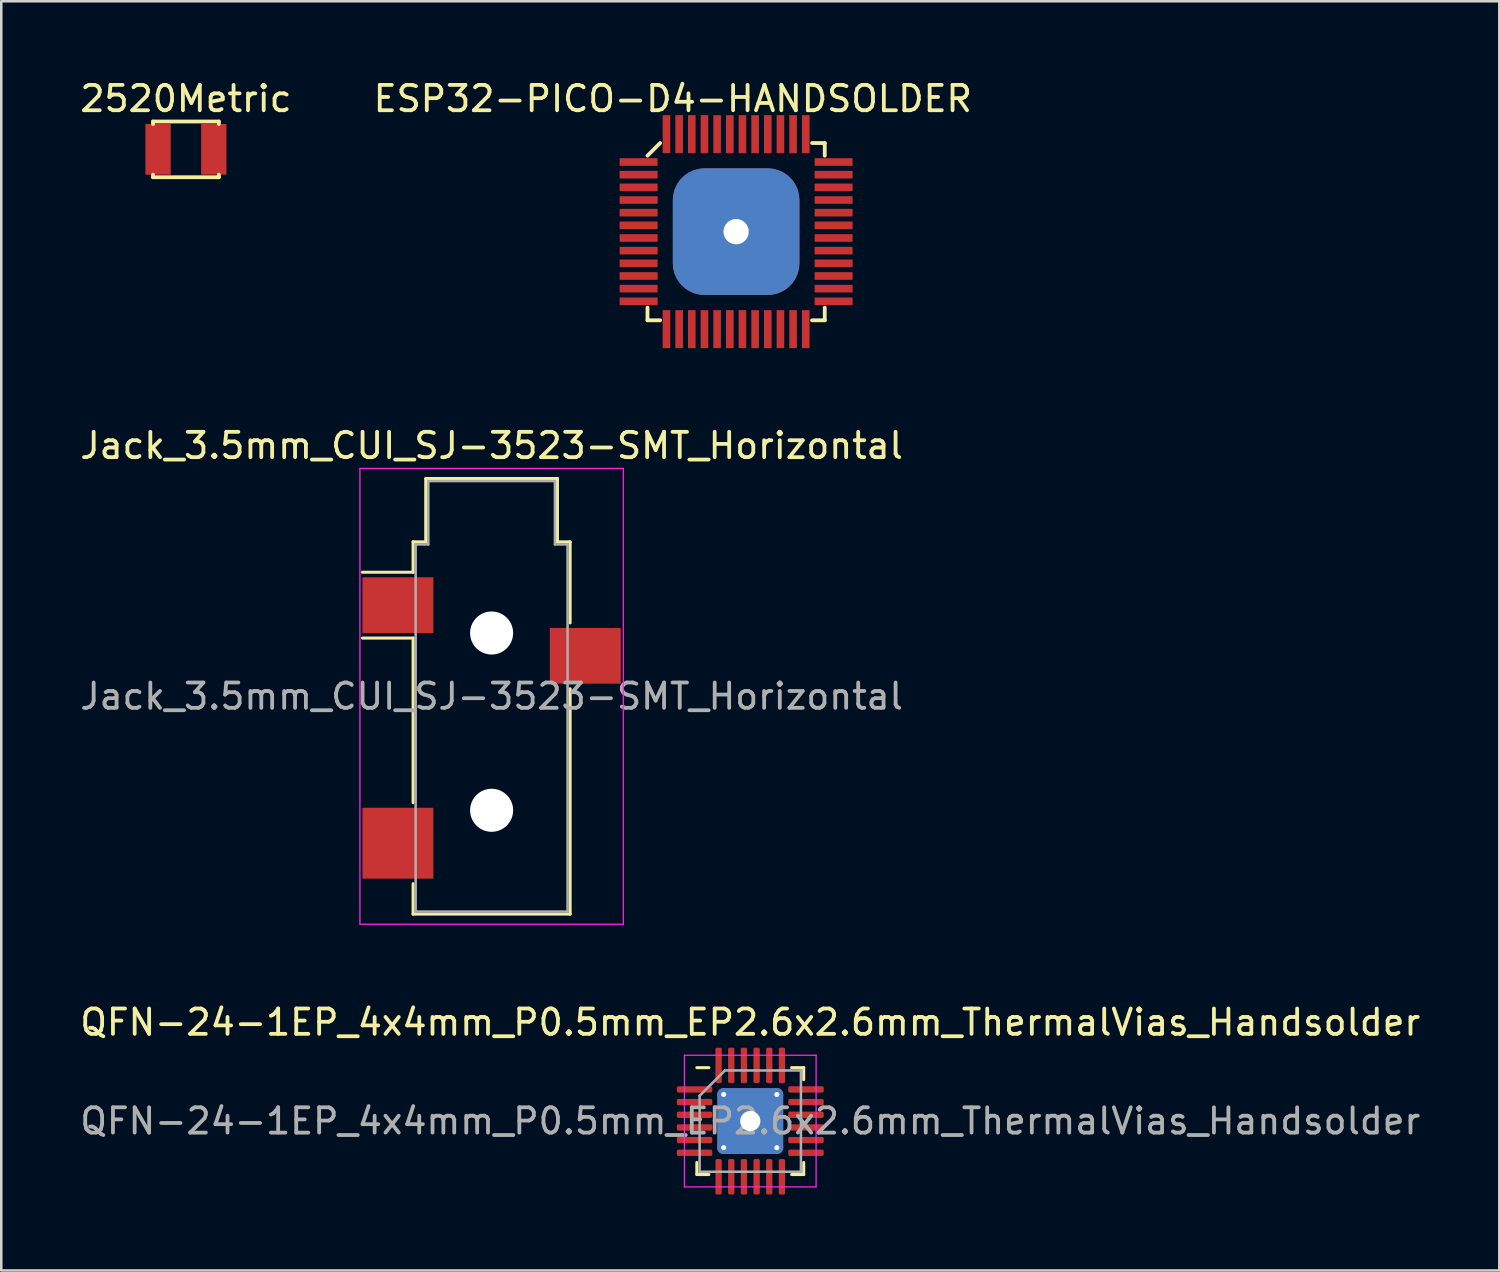
<source format=kicad_pcb>
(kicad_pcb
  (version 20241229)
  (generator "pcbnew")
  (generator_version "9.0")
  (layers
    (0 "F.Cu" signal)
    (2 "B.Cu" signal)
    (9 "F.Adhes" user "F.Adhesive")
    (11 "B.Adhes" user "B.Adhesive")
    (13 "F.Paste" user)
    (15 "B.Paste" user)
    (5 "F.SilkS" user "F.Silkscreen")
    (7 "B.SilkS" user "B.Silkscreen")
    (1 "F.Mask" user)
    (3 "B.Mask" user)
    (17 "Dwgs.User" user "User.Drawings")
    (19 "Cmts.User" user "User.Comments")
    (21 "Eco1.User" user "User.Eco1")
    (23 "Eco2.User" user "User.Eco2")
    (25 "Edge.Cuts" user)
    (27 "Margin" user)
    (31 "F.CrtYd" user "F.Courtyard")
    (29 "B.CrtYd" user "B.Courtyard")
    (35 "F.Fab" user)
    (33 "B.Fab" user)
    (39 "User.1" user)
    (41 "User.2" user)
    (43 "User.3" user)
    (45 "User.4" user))
  (footprint "Jack_3.5mm_CUI_SJ-3523-SMT_Horizontal"
    (layer "F.Cu")
    (at 16.363 24.447)
    (property "Reference" "Jack_3.5mm_CUI_SJ-3523-SMT_Horizontal" (at 0 -9.9 0) (layer "F.SilkS") (effects (font (size 1 1) (thickness 0.15))))
    (attr smd)
    (fp_line (start -3.1 -6.1) (end -2.6 -6.1) (stroke (width 0.12) (type solid)) (layer "F.SilkS"))
    (fp_line (start -3.1 -4.9) (end -5.1 -4.9) (stroke (width 0.12) (type solid)) (layer "F.SilkS"))
    (fp_line (start -3.1 -4.9) (end -3.1 -6.1) (stroke (width 0.12) (type solid)) (layer "F.SilkS"))
    (fp_line (start -3.1 -2.3) (end -5.1 -2.3) (stroke (width 0.12) (type solid)) (layer "F.SilkS"))
    (fp_line (start -3.1 4.2) (end -3.1 -2.3) (stroke (width 0.12) (type solid)) (layer "F.SilkS"))
    (fp_line (start -3.1 8.6) (end -3.1 7.4) (stroke (width 0.12) (type solid)) (layer "F.SilkS"))
    (fp_line (start -2.6 -8.6) (end 2.6 -8.6) (stroke (width 0.12) (type solid)) (layer "F.SilkS"))
    (fp_line (start -2.6 -6.1) (end -2.6 -8.6) (stroke (width 0.12) (type solid)) (layer "F.SilkS"))
    (fp_line (start 2.6 -8.6) (end 2.6 -6.1) (stroke (width 0.12) (type solid)) (layer "F.SilkS"))
    (fp_line (start 2.6 -6.1) (end 3.1 -6.1) (stroke (width 0.12) (type solid)) (layer "F.SilkS"))
    (fp_line (start 3.1 -6.1) (end 3.1 -2.9) (stroke (width 0.12) (type solid)) (layer "F.SilkS"))
    (fp_line (start 3.1 -0.3) (end 3.1 8.6) (stroke (width 0.12) (type solid)) (layer "F.SilkS"))
    (fp_line (start 3.1 8.6) (end -3.1 8.6) (stroke (width 0.12) (type solid)) (layer "F.SilkS"))
    (fp_line (start -5.2 -9) (end 5.2 -9) (stroke (width 0.05) (type solid)) (layer "F.CrtYd"))
    (fp_line (start -5.2 9) (end -5.2 -9) (stroke (width 0.05) (type solid)) (layer "F.CrtYd"))
    (fp_line (start 5.2 -9) (end 5.2 9) (stroke (width 0.05) (type solid)) (layer "F.CrtYd"))
    (fp_line (start 5.2 9) (end -5.2 9) (stroke (width 0.05) (type solid)) (layer "F.CrtYd"))
    (fp_line (start -3 -6) (end -2.5 -6) (stroke (width 0.1) (type solid)) (layer "F.Fab"))
    (fp_line (start -3 8.5) (end -3 -6) (stroke (width 0.1) (type solid)) (layer "F.Fab"))
    (fp_line (start -2.5 -8.5) (end 2.5 -8.5) (stroke (width 0.1) (type solid)) (layer "F.Fab"))
    (fp_line (start -2.5 -6) (end -2.5 -8.5) (stroke (width 0.1) (type solid)) (layer "F.Fab"))
    (fp_line (start 2.5 -8.5) (end 2.5 -6) (stroke (width 0.1) (type solid)) (layer "F.Fab"))
    (fp_line (start 2.5 -6) (end 3 -6) (stroke (width 0.1) (type solid)) (layer "F.Fab"))
    (fp_line (start 3 -6) (end 3 8.5) (stroke (width 0.1) (type solid)) (layer "F.Fab"))
    (fp_line (start 3 8.5) (end -3 8.5) (stroke (width 0.1) (type solid)) (layer "F.Fab"))
    (fp_text user "${REFERENCE}" (at 0 0 0) (layer "F.Fab") (effects (font (size 1 1) (thickness 0.15))))
    (pad "" np_thru_hole circle (at 0 -2.5) (size 1.7 1.7) (drill 1.7) (layers "*.Cu" "*.Mask"))
    (pad "" np_thru_hole circle (at 0 4.5) (size 1.7 1.7) (drill 1.7) (layers "*.Cu" "*.Mask"))
    (pad "R" smd rect (at 3.7 -1.6) (size 2.8 2.2) (layers "F.Cu" "F.Mask" "F.Paste"))
    (pad "S" smd rect (at -3.7 -3.6) (size 2.8 2.2) (layers "F.Cu" "F.Mask" "F.Paste"))
    (pad "T" smd rect (at -3.7 5.8) (size 2.8 2.8) (layers "F.Cu" "F.Mask" "F.Paste")))
  (footprint "ESP32-PICO-D4-HANDSOLDER"
    (layer "F.Cu")
    (at 26.018 6.098)
    (property "Reference" "ESP32-PICO-D4-HANDSOLDER" (at -2.5 -5.25 0) (layer "F.SilkS") (effects (font (size 1 1) (thickness 0.15))))
    (attr through_hole)
    (fp_line (start -3.5 -3) (end -3 -3.5) (stroke (width 0.15) (type solid)) (layer "F.SilkS"))
    (fp_line (start -3.5 3) (end -3.5 3.5) (stroke (width 0.15) (type solid)) (layer "F.SilkS"))
    (fp_line (start -3.5 3.5) (end -3 3.5) (stroke (width 0.15) (type solid)) (layer "F.SilkS"))
    (fp_line (start 3 -3.5) (end 3.5 -3.5) (stroke (width 0.15) (type solid)) (layer "F.SilkS"))
    (fp_line (start 3 3.5) (end 3.5 3.5) (stroke (width 0.15) (type solid)) (layer "F.SilkS"))
    (fp_line (start 3.5 -3.5) (end 3.5 -3) (stroke (width 0.15) (type solid)) (layer "F.SilkS"))
    (fp_line (start 3.5 3.5) (end 3.5 3) (stroke (width 0.15) (type solid)) (layer "F.SilkS"))
    (pad "1" smd rect (at -3.85 -2.75) (size 1.5 0.3) (layers "F.Cu" "F.Mask" "F.Paste"))
    (pad "2" smd rect (at -3.85 -2.25) (size 1.5 0.3) (layers "F.Cu" "F.Mask" "F.Paste"))
    (pad "3" smd rect (at -3.85 -1.75) (size 1.5 0.3) (layers "F.Cu" "F.Mask" "F.Paste"))
    (pad "4" smd rect (at -3.85 -1.25) (size 1.5 0.3) (layers "F.Cu" "F.Mask" "F.Paste"))
    (pad "5" smd rect (at -3.85 -0.75) (size 1.5 0.3) (layers "F.Cu" "F.Mask" "F.Paste"))
    (pad "6" smd rect (at -3.85 -0.25) (size 1.5 0.3) (layers "F.Cu" "F.Mask" "F.Paste"))
    (pad "7" smd rect (at -3.85 0.25) (size 1.5 0.3) (layers "F.Cu" "F.Mask" "F.Paste"))
    (pad "8" smd rect (at -3.85 0.75) (size 1.5 0.3) (layers "F.Cu" "F.Mask" "F.Paste"))
    (pad "9" smd rect (at -3.85 1.25) (size 1.5 0.3) (layers "F.Cu" "F.Mask" "F.Paste"))
    (pad "10" smd rect (at -3.85 1.75) (size 1.5 0.3) (layers "F.Cu" "F.Mask" "F.Paste"))
    (pad "11" smd rect (at -3.85 2.25) (size 1.5 0.3) (layers "F.Cu" "F.Mask" "F.Paste"))
    (pad "12" smd rect (at -3.85 2.75 180) (size 1.5 0.3) (layers "F.Cu" "F.Mask" "F.Paste"))
    (pad "13" smd rect (at -2.75 3.85 90) (size 1.5 0.3) (layers "F.Cu" "F.Mask" "F.Paste"))
    (pad "14" smd rect (at -2.25 3.85 90) (size 1.5 0.3) (layers "F.Cu" "F.Mask" "F.Paste"))
    (pad "15" smd rect (at -1.75 3.85 90) (size 1.5 0.3) (layers "F.Cu" "F.Mask" "F.Paste"))
    (pad "16" smd rect (at -1.25 3.85 90) (size 1.5 0.3) (layers "F.Cu" "F.Mask" "F.Paste"))
    (pad "17" smd rect (at -0.75 3.85 90) (size 1.5 0.3) (layers "F.Cu" "F.Mask" "F.Paste"))
    (pad "18" smd rect (at -0.25 3.85 90) (size 1.5 0.3) (layers "F.Cu" "F.Mask" "F.Paste"))
    (pad "19" smd rect (at 0.25 3.85 90) (size 1.5 0.3) (layers "F.Cu" "F.Mask" "F.Paste"))
    (pad "20" smd rect (at 0.75 3.85 90) (size 1.5 0.3) (layers "F.Cu" "F.Mask" "F.Paste"))
    (pad "21" smd rect (at 1.25 3.85 90) (size 1.5 0.3) (layers "F.Cu" "F.Mask" "F.Paste"))
    (pad "22" smd rect (at 1.75 3.85 90) (size 1.5 0.3) (layers "F.Cu" "F.Mask" "F.Paste"))
    (pad "23" smd rect (at 2.25 3.85 90) (size 1.5 0.3) (layers "F.Cu" "F.Mask" "F.Paste"))
    (pad "24" smd rect (at 2.75 3.85 90) (size 1.5 0.3) (layers "F.Cu" "F.Mask" "F.Paste"))
    (pad "25" smd rect (at 3.85 2.75) (size 1.5 0.3) (layers "F.Cu" "F.Mask" "F.Paste"))
    (pad "26" smd rect (at 3.85 2.25) (size 1.5 0.3) (layers "F.Cu" "F.Mask" "F.Paste"))
    (pad "27" smd rect (at 3.85 1.75) (size 1.5 0.3) (layers "F.Cu" "F.Mask" "F.Paste"))
    (pad "28" smd rect (at 3.85 1.25) (size 1.5 0.3) (layers "F.Cu" "F.Mask" "F.Paste"))
    (pad "29" smd rect (at 3.85 0.75) (size 1.5 0.3) (layers "F.Cu" "F.Mask" "F.Paste"))
    (pad "30" smd rect (at 3.85 0.25) (size 1.5 0.3) (layers "F.Cu" "F.Mask" "F.Paste"))
    (pad "31" smd rect (at 3.85 -0.25) (size 1.5 0.3) (layers "F.Cu" "F.Mask" "F.Paste"))
    (pad "32" smd rect (at 3.85 -0.75) (size 1.5 0.3) (layers "F.Cu" "F.Mask" "F.Paste"))
    (pad "33" smd rect (at 3.85 -1.25) (size 1.5 0.3) (layers "F.Cu" "F.Mask" "F.Paste"))
    (pad "34" smd rect (at 3.85 -1.75) (size 1.5 0.3) (layers "F.Cu" "F.Mask" "F.Paste"))
    (pad "35" smd rect (at 3.85 -2.25) (size 1.5 0.3) (layers "F.Cu" "F.Mask" "F.Paste"))
    (pad "36" smd rect (at 3.85 -2.75) (size 1.5 0.3) (layers "F.Cu" "F.Mask" "F.Paste"))
    (pad "37" smd rect (at 2.75 -3.85 90) (size 1.5 0.3) (layers "F.Cu" "F.Mask" "F.Paste"))
    (pad "38" smd rect (at 2.25 -3.85 90) (size 1.5 0.3) (layers "F.Cu" "F.Mask" "F.Paste"))
    (pad "39" smd rect (at 1.75 -3.85 90) (size 1.5 0.3) (layers "F.Cu" "F.Mask" "F.Paste"))
    (pad "40" smd rect (at 1.25 -3.85 90) (size 1.5 0.3) (layers "F.Cu" "F.Mask" "F.Paste"))
    (pad "41" smd rect (at 0.75 -3.85 90) (size 1.5 0.3) (layers "F.Cu" "F.Mask" "F.Paste"))
    (pad "42" smd rect (at 0.25 -3.85 90) (size 1.5 0.3) (layers "F.Cu" "F.Mask" "F.Paste"))
    (pad "43" smd rect (at -0.25 -3.85 90) (size 1.5 0.3) (layers "F.Cu" "F.Mask" "F.Paste"))
    (pad "44" smd rect (at -0.75 -3.85 90) (size 1.5 0.3) (layers "F.Cu" "F.Mask" "F.Paste"))
    (pad "45" smd rect (at -1.25 -3.85 90) (size 1.5 0.3) (layers "F.Cu" "F.Mask" "F.Paste"))
    (pad "46" smd rect (at -1.75 -3.85 90) (size 1.5 0.3) (layers "F.Cu" "F.Mask" "F.Paste"))
    (pad "47" smd rect (at -2.25 -3.85 90) (size 1.5 0.3) (layers "F.Cu" "F.Mask" "F.Paste"))
    (pad "48" smd rect (at -2.75 -3.85 90) (size 1.5 0.3) (layers "F.Cu" "F.Mask" "F.Paste"))
    (pad "49" thru_hole roundrect (at 0 0) (size 5 5) (drill 1) (layers "*.Cu" "*.Mask") (roundrect_rratio 0.25)))
  (footprint "QFN-24-1EP_4x4mm_P0.5mm_EP2.6x2.6mm_ThermalVias_Handsolder"
    (layer "F.Cu")
    (at 26.577 41.22)
    (property "Reference" "QFN-24-1EP_4x4mm_P0.5mm_EP2.6x2.6mm_ThermalVias_Handsolder" (at 0 -3.9 0) (layer "F.SilkS") (effects (font (size 1 1) (thickness 0.15))))
    (attr smd)
    (fp_line (start -2.11 2.11) (end -2.11 1.635) (stroke (width 0.12) (type solid)) (layer "F.SilkS"))
    (fp_line (start -1.635 -2.11) (end -2.11 -2.11) (stroke (width 0.12) (type solid)) (layer "F.SilkS"))
    (fp_line (start -1.635 2.11) (end -2.11 2.11) (stroke (width 0.12) (type solid)) (layer "F.SilkS"))
    (fp_line (start 1.635 -2.11) (end 2.11 -2.11) (stroke (width 0.12) (type solid)) (layer "F.SilkS"))
    (fp_line (start 1.635 2.11) (end 2.11 2.11) (stroke (width 0.12) (type solid)) (layer "F.SilkS"))
    (fp_line (start 2.11 -2.11) (end 2.11 -1.635) (stroke (width 0.12) (type solid)) (layer "F.SilkS"))
    (fp_line (start 2.11 2.11) (end 2.11 1.635) (stroke (width 0.12) (type solid)) (layer "F.SilkS"))
    (fp_line (start -2.6 -2.6) (end -2.6 2.6) (stroke (width 0.05) (type solid)) (layer "F.CrtYd"))
    (fp_line (start -2.6 2.6) (end 2.6 2.6) (stroke (width 0.05) (type solid)) (layer "F.CrtYd"))
    (fp_line (start 2.6 -2.6) (end -2.6 -2.6) (stroke (width 0.05) (type solid)) (layer "F.CrtYd"))
    (fp_line (start 2.6 2.6) (end 2.6 -2.6) (stroke (width 0.05) (type solid)) (layer "F.CrtYd"))
    (fp_line (start -2 -1) (end -1 -2) (stroke (width 0.1) (type solid)) (layer "F.Fab"))
    (fp_line (start -2 2) (end -2 -1) (stroke (width 0.1) (type solid)) (layer "F.Fab"))
    (fp_line (start -1 -2) (end 2 -2) (stroke (width 0.1) (type solid)) (layer "F.Fab"))
    (fp_line (start 2 -2) (end 2 2) (stroke (width 0.1) (type solid)) (layer "F.Fab"))
    (fp_line (start 2 2) (end -2 2) (stroke (width 0.1) (type solid)) (layer "F.Fab"))
    (fp_text user "${REFERENCE}" (at 0 0 0) (layer "F.Fab") (effects (font (size 1 1) (thickness 0.15))))
    (pad "" smd roundrect (at -0.65 -0.65) (size 1.13 1.13) (layers "F.Paste") (roundrect_rratio 0.221))
    (pad "" smd roundrect (at -0.65 0.65) (size 1.13 1.13) (layers "F.Paste") (roundrect_rratio 0.221))
    (pad "" smd roundrect (at 0.65 -0.65) (size 1.13 1.13) (layers "F.Paste") (roundrect_rratio 0.221))
    (pad "" smd roundrect (at 0.65 0.65) (size 1.13 1.13) (layers "F.Paste") (roundrect_rratio 0.221))
    (pad "1" smd roundrect (at -2.2 -1.25) (size 1.4 0.25) (layers "F.Cu" "F.Mask" "F.Paste") (roundrect_rratio 0.25))
    (pad "2" smd roundrect (at -2.2 -0.75) (size 1.4 0.25) (layers "F.Cu" "F.Mask" "F.Paste") (roundrect_rratio 0.25))
    (pad "3" smd roundrect (at -2.2 -0.25) (size 1.4 0.25) (layers "F.Cu" "F.Mask" "F.Paste") (roundrect_rratio 0.25))
    (pad "4" smd roundrect (at -2.2 0.25) (size 1.4 0.25) (layers "F.Cu" "F.Mask" "F.Paste") (roundrect_rratio 0.25))
    (pad "5" smd roundrect (at -2.2 0.75) (size 1.4 0.25) (layers "F.Cu" "F.Mask" "F.Paste") (roundrect_rratio 0.25))
    (pad "6" smd roundrect (at -2.2 1.25) (size 1.4 0.25) (layers "F.Cu" "F.Mask" "F.Paste") (roundrect_rratio 0.25))
    (pad "7" smd roundrect (at -1.25 2.2) (size 0.25 1.4) (layers "F.Cu" "F.Mask" "F.Paste") (roundrect_rratio 0.25))
    (pad "8" smd roundrect (at -0.75 2.2) (size 0.25 1.4) (layers "F.Cu" "F.Mask" "F.Paste") (roundrect_rratio 0.25))
    (pad "9" smd roundrect (at -0.25 2.2) (size 0.25 1.4) (layers "F.Cu" "F.Mask" "F.Paste") (roundrect_rratio 0.25))
    (pad "10" smd roundrect (at 0.25 2.2) (size 0.25 1.4) (layers "F.Cu" "F.Mask" "F.Paste") (roundrect_rratio 0.25))
    (pad "11" smd roundrect (at 0.75 2.2) (size 0.25 1.4) (layers "F.Cu" "F.Mask" "F.Paste") (roundrect_rratio 0.25))
    (pad "12" smd roundrect (at 1.25 2.2) (size 0.25 1.4) (layers "F.Cu" "F.Mask" "F.Paste") (roundrect_rratio 0.25))
    (pad "13" smd roundrect (at 2.2 1.25) (size 1.4 0.25) (layers "F.Cu" "F.Mask" "F.Paste") (roundrect_rratio 0.25))
    (pad "14" smd roundrect (at 2.2 0.75) (size 1.4 0.25) (layers "F.Cu" "F.Mask" "F.Paste") (roundrect_rratio 0.25))
    (pad "15" smd roundrect (at 2.2 0.25) (size 1.4 0.25) (layers "F.Cu" "F.Mask" "F.Paste") (roundrect_rratio 0.25))
    (pad "16" smd roundrect (at 2.2 -0.25) (size 1.4 0.25) (layers "F.Cu" "F.Mask" "F.Paste") (roundrect_rratio 0.25))
    (pad "17" smd roundrect (at 2.2 -0.75) (size 1.4 0.25) (layers "F.Cu" "F.Mask" "F.Paste") (roundrect_rratio 0.25))
    (pad "18" smd roundrect (at 2.2 -1.25) (size 1.4 0.25) (layers "F.Cu" "F.Mask" "F.Paste") (roundrect_rratio 0.25))
    (pad "19" smd roundrect (at 1.25 -2.2) (size 0.25 1.4) (layers "F.Cu" "F.Mask" "F.Paste") (roundrect_rratio 0.25))
    (pad "20" smd roundrect (at 0.75 -2.2) (size 0.25 1.4) (layers "F.Cu" "F.Mask" "F.Paste") (roundrect_rratio 0.25))
    (pad "21" smd roundrect (at 0.25 -2.2) (size 0.25 1.4) (layers "F.Cu" "F.Mask" "F.Paste") (roundrect_rratio 0.25))
    (pad "22" smd roundrect (at -0.25 -2.2) (size 0.25 1.4) (layers "F.Cu" "F.Mask" "F.Paste") (roundrect_rratio 0.25))
    (pad "23" smd roundrect (at -0.75 -2.2) (size 0.25 1.4) (layers "F.Cu" "F.Mask" "F.Paste") (roundrect_rratio 0.25))
    (pad "24" smd roundrect (at -1.25 -2.2) (size 0.25 1.4) (layers "F.Cu" "F.Mask" "F.Paste") (roundrect_rratio 0.25))
    (pad "25" thru_hole circle (at -1.05 -1.05) (size 0.5 0.5) (drill 0.2) (layers "*.Cu"))
    (pad "25" thru_hole circle (at -1.05 1.05) (size 0.5 0.5) (drill 0.2) (layers "*.Cu"))
    (pad "25" thru_hole circle (at 0 0) (size 1.8 1.8) (drill 0.8) (layers "*.Cu"))
    (pad "25" smd roundrect (at 0 0) (size 2.6 2.6) (layers "F.Cu" "F.Mask") (roundrect_rratio 0.096))
    (pad "25" smd roundrect (at 0 0) (size 2.6 2.6) (layers "B.Cu") (roundrect_rratio 0.096))
    (pad "25" thru_hole circle (at 1.05 -1.05) (size 0.5 0.5) (drill 0.2) (layers "*.Cu"))
    (pad "25" thru_hole circle (at 1.05 1.05) (size 0.5 0.5) (drill 0.2) (layers "*.Cu")))
  (footprint "2520Metric"
    (layer "F.Cu")
    (at 4.292 2.848)
    (property "Reference" "2520Metric" (at 0 -2 0) (layer "F.SilkS") (effects (font (size 1 1) (thickness 0.15))))
    (attr through_hole)
    (fp_line (start -1.3 -1.1) (end 1.3 -1.1) (stroke (width 0.15) (type solid)) (layer "F.SilkS"))
    (fp_line (start -1.3 -1) (end -1.3 -1.1) (stroke (width 0.15) (type solid)) (layer "F.SilkS"))
    (fp_line (start -1.3 1) (end -1.3 1.1) (stroke (width 0.15) (type solid)) (layer "F.SilkS"))
    (fp_line (start -1.3 1.1) (end 1.3 1.1) (stroke (width 0.15) (type solid)) (layer "F.SilkS"))
    (fp_line (start 1.3 -1.1) (end 1.3 -1) (stroke (width 0.15) (type solid)) (layer "F.SilkS"))
    (fp_line (start 1.3 1.1) (end 1.3 1) (stroke (width 0.15) (type solid)) (layer "F.SilkS"))
    (pad "1" smd rect (at -1.1 0) (size 1 2) (layers "F.Cu" "F.Mask" "F.Paste"))
    (pad "2" smd rect (at 1.1 0) (size 1 2) (layers "F.Cu" "F.Mask" "F.Paste")))
  (gr_rect
    (start -3 -3)
    (end 56.155 47.12)
    (stroke (width 0.1) (type default))
    (fill no)
    (layer "Edge.Cuts")))
</source>
